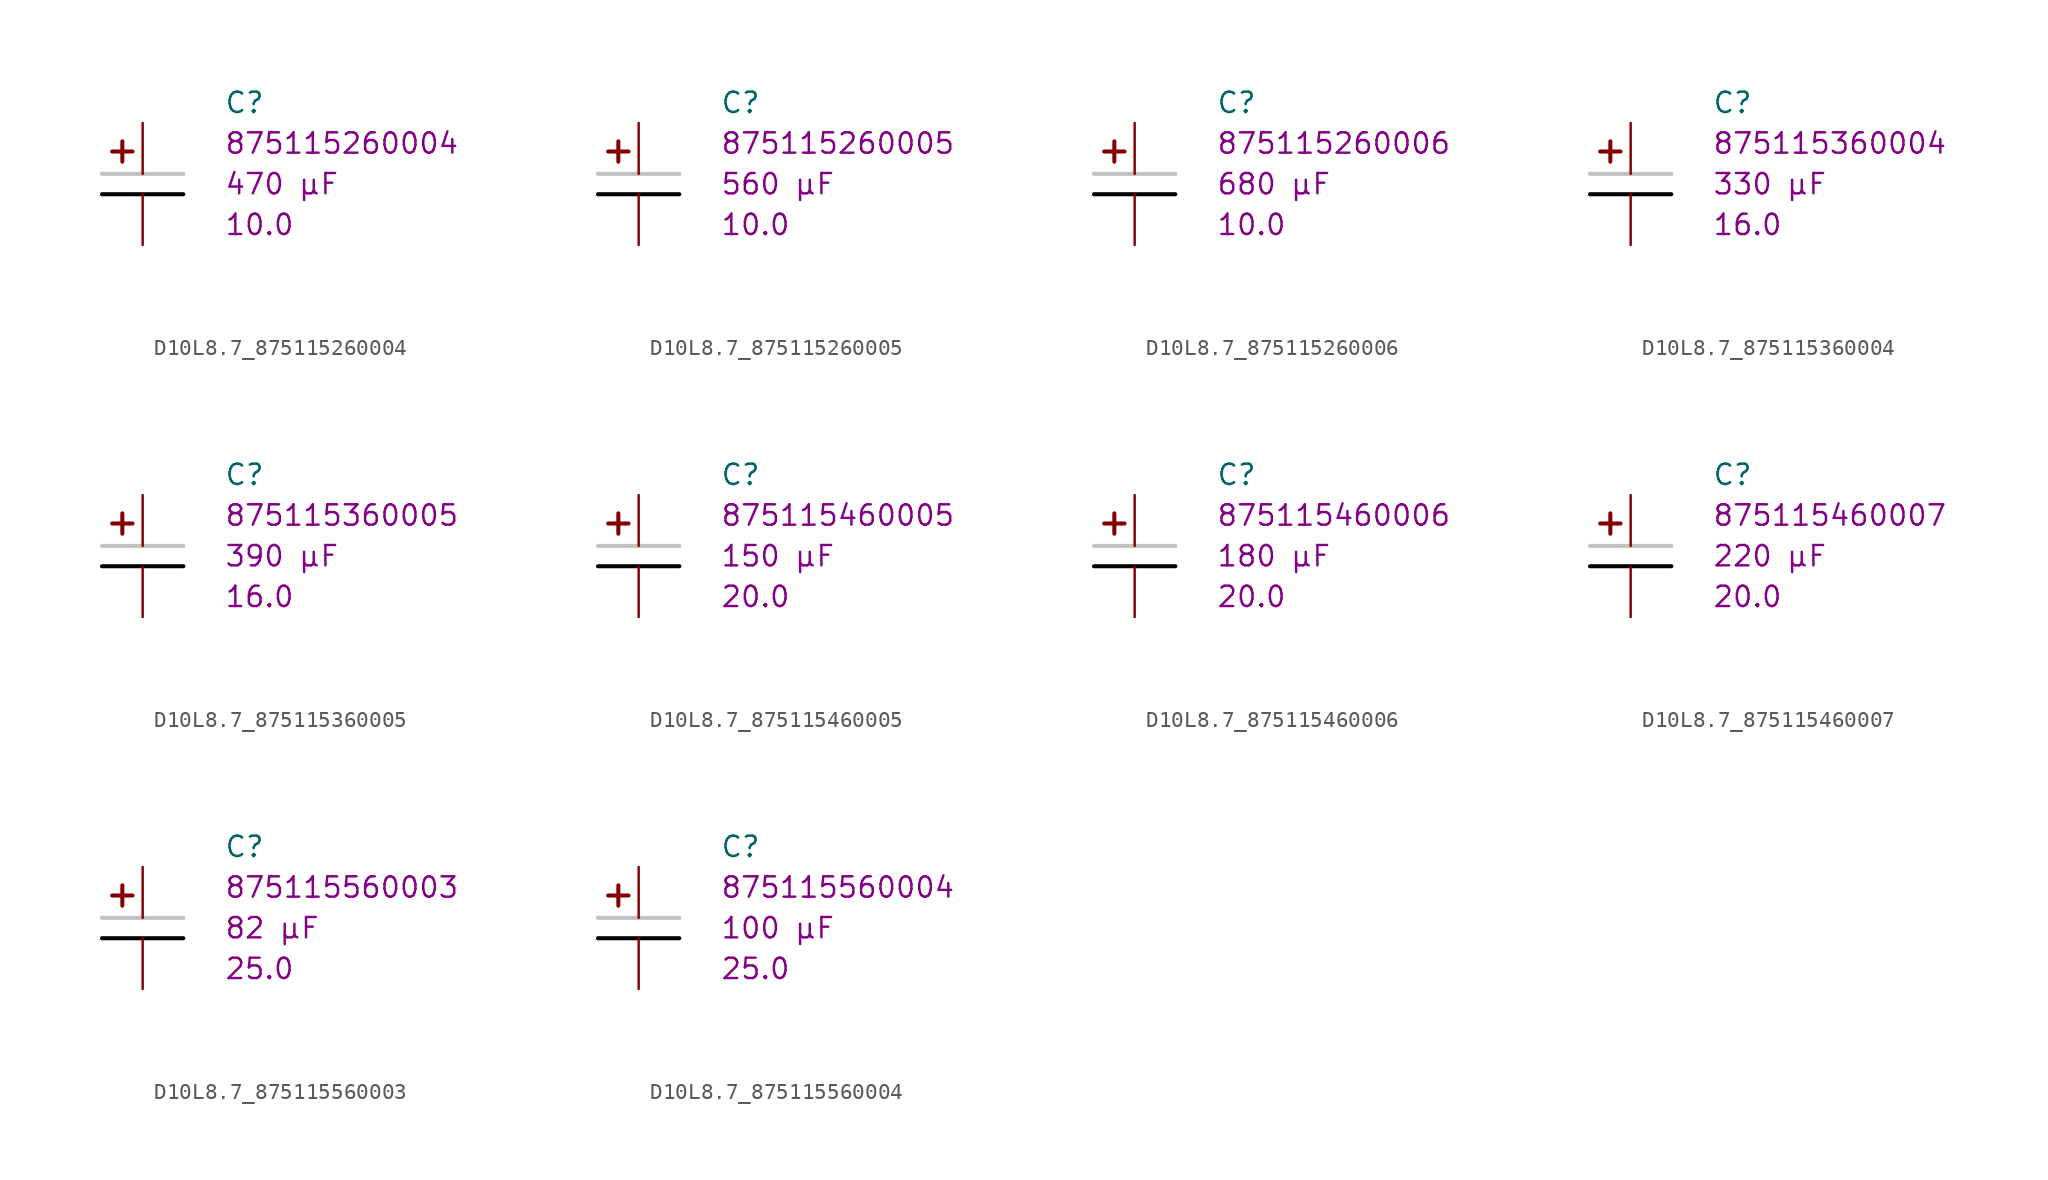
<source format=kicad_sym>
(kicad_symbol_lib
  (version 20220914)
  (generator kicad_symbol_editor)
  (symbol "D10L8.7_875115260004"
    (pin_numbers hide)
    (pin_names hide)
    (property "Reference" "C"
      (at 5.08 5.08 0)
      (effects (font (size 1.27 1.27)) (justify left)))
    (property "Part Number" "875115260004"
      (at 5.08 2.54 0)
      (effects (font (size 1.27 1.27)) (justify left)))
    (property "Capacitance" "470 µF"
      (at 5.08 0 0)
      (effects (font (size 1.27 1.27)) (justify left)))
    (property "Voltage" "10.0"
      (at 5.08 -2.54 0)
      (effects (font (size 1.27 1.27)) (justify left)))
    (property "Critical Parameter" ""
      (at 0 -7.62 0)
      (effects (font (size 1.27 1.27))))
    (symbol "D10L8.7_875115260004_1_1"
      (polyline (pts (xy -1.27 2.667) (xy -1.27 1.397)) (stroke (width 0.254) (type default)) (fill (type none)))
      (polyline (pts (xy -0.635 2.032) (xy -1.905 2.032)) (stroke (width 0.254) (type default)) (fill (type none)))
      (polyline (pts (xy 2.54 -0.635) (xy -2.54 -0.635)) (stroke (width 0.254) (type default) (color 0 0 0 1)) (fill (type none)))
      (polyline (pts (xy 2.54 0.635) (xy -2.54 0.635)) (stroke (width 0.254) (type default) (color 194 194 194 1)) (fill (type none)))
      (pin passive line (at 0 3.81 270) (length 3.175) (name "1" (effects (font (size 1.27 1.27)))) (number "1" (effects (font (size 1.27 1.27)))))
      (pin passive line (at 0 -3.81 90) (length 3.175) (name "2" (effects (font (size 1.27 1.27)))) (number "2" (effects (font (size 1.27 1.27)))))))
  (symbol "D10L8.7_875115260005"
    (pin_numbers hide)
    (pin_names hide)
    (property "Reference" "C"
      (at 5.08 5.08 0)
      (effects (font (size 1.27 1.27)) (justify left)))
    (property "Part Number" "875115260005"
      (at 5.08 2.54 0)
      (effects (font (size 1.27 1.27)) (justify left)))
    (property "Capacitance" "560 µF"
      (at 5.08 0 0)
      (effects (font (size 1.27 1.27)) (justify left)))
    (property "Voltage" "10.0"
      (at 5.08 -2.54 0)
      (effects (font (size 1.27 1.27)) (justify left)))
    (property "Critical Parameter" ""
      (at 0 -7.62 0)
      (effects (font (size 1.27 1.27))))
    (symbol "D10L8.7_875115260005_1_1"
      (polyline (pts (xy -1.27 2.667) (xy -1.27 1.397)) (stroke (width 0.254) (type default)) (fill (type none)))
      (polyline (pts (xy -0.635 2.032) (xy -1.905 2.032)) (stroke (width 0.254) (type default)) (fill (type none)))
      (polyline (pts (xy 2.54 -0.635) (xy -2.54 -0.635)) (stroke (width 0.254) (type default) (color 0 0 0 1)) (fill (type none)))
      (polyline (pts (xy 2.54 0.635) (xy -2.54 0.635)) (stroke (width 0.254) (type default) (color 194 194 194 1)) (fill (type none)))
      (pin passive line (at 0 3.81 270) (length 3.175) (name "1" (effects (font (size 1.27 1.27)))) (number "1" (effects (font (size 1.27 1.27)))))
      (pin passive line (at 0 -3.81 90) (length 3.175) (name "2" (effects (font (size 1.27 1.27)))) (number "2" (effects (font (size 1.27 1.27)))))))
  (symbol "D10L8.7_875115260006"
    (pin_numbers hide)
    (pin_names hide)
    (property "Reference" "C"
      (at 5.08 5.08 0)
      (effects (font (size 1.27 1.27)) (justify left)))
    (property "Part Number" "875115260006"
      (at 5.08 2.54 0)
      (effects (font (size 1.27 1.27)) (justify left)))
    (property "Capacitance" "680 µF"
      (at 5.08 0 0)
      (effects (font (size 1.27 1.27)) (justify left)))
    (property "Voltage" "10.0"
      (at 5.08 -2.54 0)
      (effects (font (size 1.27 1.27)) (justify left)))
    (property "Critical Parameter" ""
      (at 0 -7.62 0)
      (effects (font (size 1.27 1.27))))
    (symbol "D10L8.7_875115260006_1_1"
      (polyline (pts (xy -1.27 2.667) (xy -1.27 1.397)) (stroke (width 0.254) (type default)) (fill (type none)))
      (polyline (pts (xy -0.635 2.032) (xy -1.905 2.032)) (stroke (width 0.254) (type default)) (fill (type none)))
      (polyline (pts (xy 2.54 -0.635) (xy -2.54 -0.635)) (stroke (width 0.254) (type default) (color 0 0 0 1)) (fill (type none)))
      (polyline (pts (xy 2.54 0.635) (xy -2.54 0.635)) (stroke (width 0.254) (type default) (color 194 194 194 1)) (fill (type none)))
      (pin passive line (at 0 3.81 270) (length 3.175) (name "1" (effects (font (size 1.27 1.27)))) (number "1" (effects (font (size 1.27 1.27)))))
      (pin passive line (at 0 -3.81 90) (length 3.175) (name "2" (effects (font (size 1.27 1.27)))) (number "2" (effects (font (size 1.27 1.27)))))))
  (symbol "D10L8.7_875115360004"
    (pin_numbers hide)
    (pin_names hide)
    (property "Reference" "C"
      (at 5.08 5.08 0)
      (effects (font (size 1.27 1.27)) (justify left)))
    (property "Part Number" "875115360004"
      (at 5.08 2.54 0)
      (effects (font (size 1.27 1.27)) (justify left)))
    (property "Capacitance" "330 µF"
      (at 5.08 0 0)
      (effects (font (size 1.27 1.27)) (justify left)))
    (property "Voltage" "16.0"
      (at 5.08 -2.54 0)
      (effects (font (size 1.27 1.27)) (justify left)))
    (property "Critical Parameter" ""
      (at 0 -7.62 0)
      (effects (font (size 1.27 1.27))))
    (symbol "D10L8.7_875115360004_1_1"
      (polyline (pts (xy -1.27 2.667) (xy -1.27 1.397)) (stroke (width 0.254) (type default)) (fill (type none)))
      (polyline (pts (xy -0.635 2.032) (xy -1.905 2.032)) (stroke (width 0.254) (type default)) (fill (type none)))
      (polyline (pts (xy 2.54 -0.635) (xy -2.54 -0.635)) (stroke (width 0.254) (type default) (color 0 0 0 1)) (fill (type none)))
      (polyline (pts (xy 2.54 0.635) (xy -2.54 0.635)) (stroke (width 0.254) (type default) (color 194 194 194 1)) (fill (type none)))
      (pin passive line (at 0 3.81 270) (length 3.175) (name "1" (effects (font (size 1.27 1.27)))) (number "1" (effects (font (size 1.27 1.27)))))
      (pin passive line (at 0 -3.81 90) (length 3.175) (name "2" (effects (font (size 1.27 1.27)))) (number "2" (effects (font (size 1.27 1.27)))))))
  (symbol "D10L8.7_875115360005"
    (pin_numbers hide)
    (pin_names hide)
    (property "Reference" "C"
      (at 5.08 5.08 0)
      (effects (font (size 1.27 1.27)) (justify left)))
    (property "Part Number" "875115360005"
      (at 5.08 2.54 0)
      (effects (font (size 1.27 1.27)) (justify left)))
    (property "Capacitance" "390 µF"
      (at 5.08 0 0)
      (effects (font (size 1.27 1.27)) (justify left)))
    (property "Voltage" "16.0"
      (at 5.08 -2.54 0)
      (effects (font (size 1.27 1.27)) (justify left)))
    (property "Critical Parameter" ""
      (at 0 -7.62 0)
      (effects (font (size 1.27 1.27))))
    (symbol "D10L8.7_875115360005_1_1"
      (polyline (pts (xy -1.27 2.667) (xy -1.27 1.397)) (stroke (width 0.254) (type default)) (fill (type none)))
      (polyline (pts (xy -0.635 2.032) (xy -1.905 2.032)) (stroke (width 0.254) (type default)) (fill (type none)))
      (polyline (pts (xy 2.54 -0.635) (xy -2.54 -0.635)) (stroke (width 0.254) (type default) (color 0 0 0 1)) (fill (type none)))
      (polyline (pts (xy 2.54 0.635) (xy -2.54 0.635)) (stroke (width 0.254) (type default) (color 194 194 194 1)) (fill (type none)))
      (pin passive line (at 0 3.81 270) (length 3.175) (name "1" (effects (font (size 1.27 1.27)))) (number "1" (effects (font (size 1.27 1.27)))))
      (pin passive line (at 0 -3.81 90) (length 3.175) (name "2" (effects (font (size 1.27 1.27)))) (number "2" (effects (font (size 1.27 1.27)))))))
  (symbol "D10L8.7_875115460005"
    (pin_numbers hide)
    (pin_names hide)
    (property "Reference" "C"
      (at 5.08 5.08 0)
      (effects (font (size 1.27 1.27)) (justify left)))
    (property "Part Number" "875115460005"
      (at 5.08 2.54 0)
      (effects (font (size 1.27 1.27)) (justify left)))
    (property "Capacitance" "150 µF"
      (at 5.08 0 0)
      (effects (font (size 1.27 1.27)) (justify left)))
    (property "Voltage" "20.0"
      (at 5.08 -2.54 0)
      (effects (font (size 1.27 1.27)) (justify left)))
    (property "Critical Parameter" ""
      (at 0 -7.62 0)
      (effects (font (size 1.27 1.27))))
    (symbol "D10L8.7_875115460005_1_1"
      (polyline (pts (xy -1.27 2.667) (xy -1.27 1.397)) (stroke (width 0.254) (type default)) (fill (type none)))
      (polyline (pts (xy -0.635 2.032) (xy -1.905 2.032)) (stroke (width 0.254) (type default)) (fill (type none)))
      (polyline (pts (xy 2.54 -0.635) (xy -2.54 -0.635)) (stroke (width 0.254) (type default) (color 0 0 0 1)) (fill (type none)))
      (polyline (pts (xy 2.54 0.635) (xy -2.54 0.635)) (stroke (width 0.254) (type default) (color 194 194 194 1)) (fill (type none)))
      (pin passive line (at 0 3.81 270) (length 3.175) (name "1" (effects (font (size 1.27 1.27)))) (number "1" (effects (font (size 1.27 1.27)))))
      (pin passive line (at 0 -3.81 90) (length 3.175) (name "2" (effects (font (size 1.27 1.27)))) (number "2" (effects (font (size 1.27 1.27)))))))
  (symbol "D10L8.7_875115460006"
    (pin_numbers hide)
    (pin_names hide)
    (property "Reference" "C"
      (at 5.08 5.08 0)
      (effects (font (size 1.27 1.27)) (justify left)))
    (property "Part Number" "875115460006"
      (at 5.08 2.54 0)
      (effects (font (size 1.27 1.27)) (justify left)))
    (property "Capacitance" "180 µF"
      (at 5.08 0 0)
      (effects (font (size 1.27 1.27)) (justify left)))
    (property "Voltage" "20.0"
      (at 5.08 -2.54 0)
      (effects (font (size 1.27 1.27)) (justify left)))
    (property "Critical Parameter" ""
      (at 0 -7.62 0)
      (effects (font (size 1.27 1.27))))
    (symbol "D10L8.7_875115460006_1_1"
      (polyline (pts (xy -1.27 2.667) (xy -1.27 1.397)) (stroke (width 0.254) (type default)) (fill (type none)))
      (polyline (pts (xy -0.635 2.032) (xy -1.905 2.032)) (stroke (width 0.254) (type default)) (fill (type none)))
      (polyline (pts (xy 2.54 -0.635) (xy -2.54 -0.635)) (stroke (width 0.254) (type default) (color 0 0 0 1)) (fill (type none)))
      (polyline (pts (xy 2.54 0.635) (xy -2.54 0.635)) (stroke (width 0.254) (type default) (color 194 194 194 1)) (fill (type none)))
      (pin passive line (at 0 3.81 270) (length 3.175) (name "1" (effects (font (size 1.27 1.27)))) (number "1" (effects (font (size 1.27 1.27)))))
      (pin passive line (at 0 -3.81 90) (length 3.175) (name "2" (effects (font (size 1.27 1.27)))) (number "2" (effects (font (size 1.27 1.27)))))))
  (symbol "D10L8.7_875115460007"
    (pin_numbers hide)
    (pin_names hide)
    (property "Reference" "C"
      (at 5.08 5.08 0)
      (effects (font (size 1.27 1.27)) (justify left)))
    (property "Part Number" "875115460007"
      (at 5.08 2.54 0)
      (effects (font (size 1.27 1.27)) (justify left)))
    (property "Capacitance" "220 µF"
      (at 5.08 0 0)
      (effects (font (size 1.27 1.27)) (justify left)))
    (property "Voltage" "20.0"
      (at 5.08 -2.54 0)
      (effects (font (size 1.27 1.27)) (justify left)))
    (property "Critical Parameter" ""
      (at 0 -7.62 0)
      (effects (font (size 1.27 1.27))))
    (symbol "D10L8.7_875115460007_1_1"
      (polyline (pts (xy -1.27 2.667) (xy -1.27 1.397)) (stroke (width 0.254) (type default)) (fill (type none)))
      (polyline (pts (xy -0.635 2.032) (xy -1.905 2.032)) (stroke (width 0.254) (type default)) (fill (type none)))
      (polyline (pts (xy 2.54 -0.635) (xy -2.54 -0.635)) (stroke (width 0.254) (type default) (color 0 0 0 1)) (fill (type none)))
      (polyline (pts (xy 2.54 0.635) (xy -2.54 0.635)) (stroke (width 0.254) (type default) (color 194 194 194 1)) (fill (type none)))
      (pin passive line (at 0 3.81 270) (length 3.175) (name "1" (effects (font (size 1.27 1.27)))) (number "1" (effects (font (size 1.27 1.27)))))
      (pin passive line (at 0 -3.81 90) (length 3.175) (name "2" (effects (font (size 1.27 1.27)))) (number "2" (effects (font (size 1.27 1.27)))))))
  (symbol "D10L8.7_875115560003"
    (pin_numbers hide)
    (pin_names hide)
    (property "Reference" "C"
      (at 5.08 5.08 0)
      (effects (font (size 1.27 1.27)) (justify left)))
    (property "Part Number" "875115560003"
      (at 5.08 2.54 0)
      (effects (font (size 1.27 1.27)) (justify left)))
    (property "Capacitance" "82 µF"
      (at 5.08 0 0)
      (effects (font (size 1.27 1.27)) (justify left)))
    (property "Voltage" "25.0"
      (at 5.08 -2.54 0)
      (effects (font (size 1.27 1.27)) (justify left)))
    (property "Critical Parameter" ""
      (at 0 -7.62 0)
      (effects (font (size 1.27 1.27))))
    (symbol "D10L8.7_875115560003_1_1"
      (polyline (pts (xy -1.27 2.667) (xy -1.27 1.397)) (stroke (width 0.254) (type default)) (fill (type none)))
      (polyline (pts (xy -0.635 2.032) (xy -1.905 2.032)) (stroke (width 0.254) (type default)) (fill (type none)))
      (polyline (pts (xy 2.54 -0.635) (xy -2.54 -0.635)) (stroke (width 0.254) (type default) (color 0 0 0 1)) (fill (type none)))
      (polyline (pts (xy 2.54 0.635) (xy -2.54 0.635)) (stroke (width 0.254) (type default) (color 194 194 194 1)) (fill (type none)))
      (pin passive line (at 0 3.81 270) (length 3.175) (name "1" (effects (font (size 1.27 1.27)))) (number "1" (effects (font (size 1.27 1.27)))))
      (pin passive line (at 0 -3.81 90) (length 3.175) (name "2" (effects (font (size 1.27 1.27)))) (number "2" (effects (font (size 1.27 1.27)))))))
  (symbol "D10L8.7_875115560004"
    (pin_numbers hide)
    (pin_names hide)
    (property "Reference" "C"
      (at 5.08 5.08 0)
      (effects (font (size 1.27 1.27)) (justify left)))
    (property "Part Number" "875115560004"
      (at 5.08 2.54 0)
      (effects (font (size 1.27 1.27)) (justify left)))
    (property "Capacitance" "100 µF"
      (at 5.08 0 0)
      (effects (font (size 1.27 1.27)) (justify left)))
    (property "Voltage" "25.0"
      (at 5.08 -2.54 0)
      (effects (font (size 1.27 1.27)) (justify left)))
    (property "Critical Parameter" ""
      (at 0 -7.62 0)
      (effects (font (size 1.27 1.27))))
    (symbol "D10L8.7_875115560004_1_1"
      (polyline (pts (xy -1.27 2.667) (xy -1.27 1.397)) (stroke (width 0.254) (type default)) (fill (type none)))
      (polyline (pts (xy -0.635 2.032) (xy -1.905 2.032)) (stroke (width 0.254) (type default)) (fill (type none)))
      (polyline (pts (xy 2.54 -0.635) (xy -2.54 -0.635)) (stroke (width 0.254) (type default) (color 0 0 0 1)) (fill (type none)))
      (polyline (pts (xy 2.54 0.635) (xy -2.54 0.635)) (stroke (width 0.254) (type default) (color 194 194 194 1)) (fill (type none)))
      (pin passive line (at 0 3.81 270) (length 3.175) (name "1" (effects (font (size 1.27 1.27)))) (number "1" (effects (font (size 1.27 1.27)))))
      (pin passive line (at 0 -3.81 90) (length 3.175) (name "2" (effects (font (size 1.27 1.27)))) (number "2" (effects (font (size 1.27 1.27))))))))
</source>
